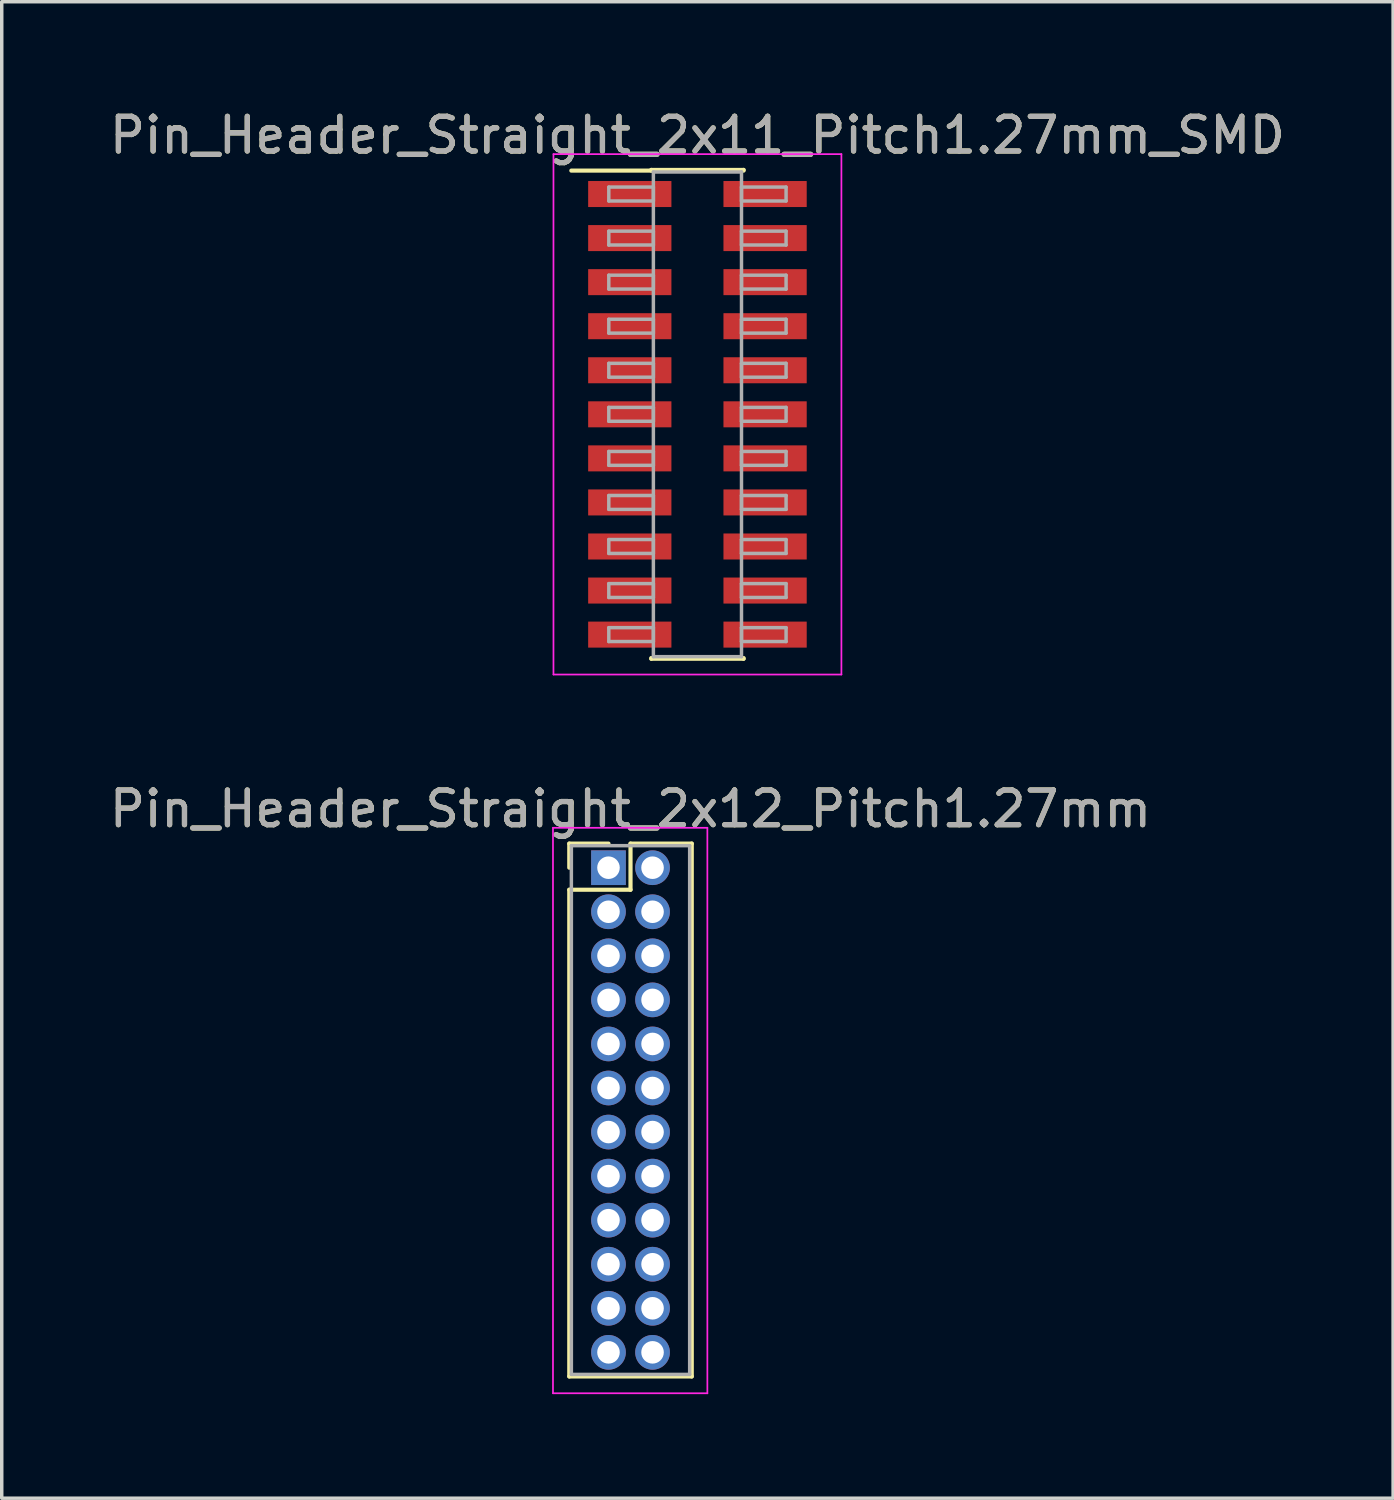
<source format=kicad_pcb>
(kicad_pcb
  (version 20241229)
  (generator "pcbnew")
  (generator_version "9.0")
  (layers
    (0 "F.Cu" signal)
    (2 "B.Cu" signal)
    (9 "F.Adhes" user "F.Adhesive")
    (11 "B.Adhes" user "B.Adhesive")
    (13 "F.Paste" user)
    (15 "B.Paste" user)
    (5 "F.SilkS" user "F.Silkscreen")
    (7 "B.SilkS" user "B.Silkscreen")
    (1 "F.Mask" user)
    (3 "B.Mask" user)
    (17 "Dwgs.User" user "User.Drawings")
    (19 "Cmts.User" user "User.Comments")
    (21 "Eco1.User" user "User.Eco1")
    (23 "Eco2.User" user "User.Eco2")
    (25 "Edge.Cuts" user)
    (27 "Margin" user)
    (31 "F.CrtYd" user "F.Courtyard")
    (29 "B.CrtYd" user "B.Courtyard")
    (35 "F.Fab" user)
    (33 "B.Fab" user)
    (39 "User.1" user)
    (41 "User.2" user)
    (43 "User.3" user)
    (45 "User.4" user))
  (footprint "Pin_Header_Straight_2x11_Pitch1.27mm_SMD"
    (layer "F.Cu")
    (at 17.054 8.893)
    (property "Reference" "Pin_Header_Straight_2x11_Pitch1.27mm_SMD" (at 0 -8.045 0) (layer "F.SilkS") (effects (font (size 1 1) (thickness 0.15))))
    (attr smd)
    (fp_line (start -3.635 -7.025) (end -1.33 -7.025) (stroke (width 0.12) (type solid)) (layer "F.SilkS"))
    (fp_line (start -1.33 -7.045) (end 1.33 -7.045) (stroke (width 0.12) (type solid)) (layer "F.SilkS"))
    (fp_line (start -1.33 -7.025) (end -1.33 -7.045) (stroke (width 0.12) (type solid)) (layer "F.SilkS"))
    (fp_line (start -1.33 7.025) (end -1.33 7.045) (stroke (width 0.12) (type solid)) (layer "F.SilkS"))
    (fp_line (start -1.33 7.045) (end 1.33 7.045) (stroke (width 0.12) (type solid)) (layer "F.SilkS"))
    (fp_line (start 1.33 -7.045) (end 1.33 -7.025) (stroke (width 0.12) (type solid)) (layer "F.SilkS"))
    (fp_line (start 1.33 7.045) (end 1.33 7.025) (stroke (width 0.12) (type solid)) (layer "F.SilkS"))
    (fp_line (start -4.15 -7.5) (end -4.15 7.5) (stroke (width 0.05) (type solid)) (layer "F.CrtYd"))
    (fp_line (start -4.15 7.5) (end 4.15 7.5) (stroke (width 0.05) (type solid)) (layer "F.CrtYd"))
    (fp_line (start 4.15 -7.5) (end -4.15 -7.5) (stroke (width 0.05) (type solid)) (layer "F.CrtYd"))
    (fp_line (start 4.15 7.5) (end 4.15 -7.5) (stroke (width 0.05) (type solid)) (layer "F.CrtYd"))
    (fp_line (start -2.555 -6.55) (end -1.27 -6.55) (stroke (width 0.1) (type solid)) (layer "F.Fab"))
    (fp_line (start -2.555 -6.15) (end -2.555 -6.55) (stroke (width 0.1) (type solid)) (layer "F.Fab"))
    (fp_line (start -2.555 -5.28) (end -1.27 -5.28) (stroke (width 0.1) (type solid)) (layer "F.Fab"))
    (fp_line (start -2.555 -4.88) (end -2.555 -5.28) (stroke (width 0.1) (type solid)) (layer "F.Fab"))
    (fp_line (start -2.555 -4.01) (end -1.27 -4.01) (stroke (width 0.1) (type solid)) (layer "F.Fab"))
    (fp_line (start -2.555 -3.61) (end -2.555 -4.01) (stroke (width 0.1) (type solid)) (layer "F.Fab"))
    (fp_line (start -2.555 -2.74) (end -1.27 -2.74) (stroke (width 0.1) (type solid)) (layer "F.Fab"))
    (fp_line (start -2.555 -2.34) (end -2.555 -2.74) (stroke (width 0.1) (type solid)) (layer "F.Fab"))
    (fp_line (start -2.555 -1.47) (end -1.27 -1.47) (stroke (width 0.1) (type solid)) (layer "F.Fab"))
    (fp_line (start -2.555 -1.07) (end -2.555 -1.47) (stroke (width 0.1) (type solid)) (layer "F.Fab"))
    (fp_line (start -2.555 -0.2) (end -1.27 -0.2) (stroke (width 0.1) (type solid)) (layer "F.Fab"))
    (fp_line (start -2.555 0.2) (end -2.555 -0.2) (stroke (width 0.1) (type solid)) (layer "F.Fab"))
    (fp_line (start -2.555 1.07) (end -1.27 1.07) (stroke (width 0.1) (type solid)) (layer "F.Fab"))
    (fp_line (start -2.555 1.47) (end -2.555 1.07) (stroke (width 0.1) (type solid)) (layer "F.Fab"))
    (fp_line (start -2.555 2.34) (end -1.27 2.34) (stroke (width 0.1) (type solid)) (layer "F.Fab"))
    (fp_line (start -2.555 2.74) (end -2.555 2.34) (stroke (width 0.1) (type solid)) (layer "F.Fab"))
    (fp_line (start -2.555 3.61) (end -1.27 3.61) (stroke (width 0.1) (type solid)) (layer "F.Fab"))
    (fp_line (start -2.555 4.01) (end -2.555 3.61) (stroke (width 0.1) (type solid)) (layer "F.Fab"))
    (fp_line (start -2.555 4.88) (end -1.27 4.88) (stroke (width 0.1) (type solid)) (layer "F.Fab"))
    (fp_line (start -2.555 5.28) (end -2.555 4.88) (stroke (width 0.1) (type solid)) (layer "F.Fab"))
    (fp_line (start -2.555 6.15) (end -1.27 6.15) (stroke (width 0.1) (type solid)) (layer "F.Fab"))
    (fp_line (start -2.555 6.55) (end -2.555 6.15) (stroke (width 0.1) (type solid)) (layer "F.Fab"))
    (fp_line (start -1.27 -6.985) (end -1.27 6.985) (stroke (width 0.1) (type solid)) (layer "F.Fab"))
    (fp_line (start -1.27 -6.55) (end -1.27 -6.15) (stroke (width 0.1) (type solid)) (layer "F.Fab"))
    (fp_line (start -1.27 -6.15) (end -2.555 -6.15) (stroke (width 0.1) (type solid)) (layer "F.Fab"))
    (fp_line (start -1.27 -5.28) (end -1.27 -4.88) (stroke (width 0.1) (type solid)) (layer "F.Fab"))
    (fp_line (start -1.27 -4.88) (end -2.555 -4.88) (stroke (width 0.1) (type solid)) (layer "F.Fab"))
    (fp_line (start -1.27 -4.01) (end -1.27 -3.61) (stroke (width 0.1) (type solid)) (layer "F.Fab"))
    (fp_line (start -1.27 -3.61) (end -2.555 -3.61) (stroke (width 0.1) (type solid)) (layer "F.Fab"))
    (fp_line (start -1.27 -2.74) (end -1.27 -2.34) (stroke (width 0.1) (type solid)) (layer "F.Fab"))
    (fp_line (start -1.27 -2.34) (end -2.555 -2.34) (stroke (width 0.1) (type solid)) (layer "F.Fab"))
    (fp_line (start -1.27 -1.47) (end -1.27 -1.07) (stroke (width 0.1) (type solid)) (layer "F.Fab"))
    (fp_line (start -1.27 -1.07) (end -2.555 -1.07) (stroke (width 0.1) (type solid)) (layer "F.Fab"))
    (fp_line (start -1.27 -0.2) (end -1.27 0.2) (stroke (width 0.1) (type solid)) (layer "F.Fab"))
    (fp_line (start -1.27 0.2) (end -2.555 0.2) (stroke (width 0.1) (type solid)) (layer "F.Fab"))
    (fp_line (start -1.27 1.07) (end -1.27 1.47) (stroke (width 0.1) (type solid)) (layer "F.Fab"))
    (fp_line (start -1.27 1.47) (end -2.555 1.47) (stroke (width 0.1) (type solid)) (layer "F.Fab"))
    (fp_line (start -1.27 2.34) (end -1.27 2.74) (stroke (width 0.1) (type solid)) (layer "F.Fab"))
    (fp_line (start -1.27 2.74) (end -2.555 2.74) (stroke (width 0.1) (type solid)) (layer "F.Fab"))
    (fp_line (start -1.27 3.61) (end -1.27 4.01) (stroke (width 0.1) (type solid)) (layer "F.Fab"))
    (fp_line (start -1.27 4.01) (end -2.555 4.01) (stroke (width 0.1) (type solid)) (layer "F.Fab"))
    (fp_line (start -1.27 4.88) (end -1.27 5.28) (stroke (width 0.1) (type solid)) (layer "F.Fab"))
    (fp_line (start -1.27 5.28) (end -2.555 5.28) (stroke (width 0.1) (type solid)) (layer "F.Fab"))
    (fp_line (start -1.27 6.15) (end -1.27 6.55) (stroke (width 0.1) (type solid)) (layer "F.Fab"))
    (fp_line (start -1.27 6.55) (end -2.555 6.55) (stroke (width 0.1) (type solid)) (layer "F.Fab"))
    (fp_line (start -1.27 6.985) (end 1.27 6.985) (stroke (width 0.1) (type solid)) (layer "F.Fab"))
    (fp_line (start 1.27 -6.985) (end -1.27 -6.985) (stroke (width 0.1) (type solid)) (layer "F.Fab"))
    (fp_line (start 1.27 -6.55) (end 1.27 -6.15) (stroke (width 0.1) (type solid)) (layer "F.Fab"))
    (fp_line (start 1.27 -6.15) (end 2.555 -6.15) (stroke (width 0.1) (type solid)) (layer "F.Fab"))
    (fp_line (start 1.27 -5.28) (end 1.27 -4.88) (stroke (width 0.1) (type solid)) (layer "F.Fab"))
    (fp_line (start 1.27 -4.88) (end 2.555 -4.88) (stroke (width 0.1) (type solid)) (layer "F.Fab"))
    (fp_line (start 1.27 -4.01) (end 1.27 -3.61) (stroke (width 0.1) (type solid)) (layer "F.Fab"))
    (fp_line (start 1.27 -3.61) (end 2.555 -3.61) (stroke (width 0.1) (type solid)) (layer "F.Fab"))
    (fp_line (start 1.27 -2.74) (end 1.27 -2.34) (stroke (width 0.1) (type solid)) (layer "F.Fab"))
    (fp_line (start 1.27 -2.34) (end 2.555 -2.34) (stroke (width 0.1) (type solid)) (layer "F.Fab"))
    (fp_line (start 1.27 -1.47) (end 1.27 -1.07) (stroke (width 0.1) (type solid)) (layer "F.Fab"))
    (fp_line (start 1.27 -1.07) (end 2.555 -1.07) (stroke (width 0.1) (type solid)) (layer "F.Fab"))
    (fp_line (start 1.27 -0.2) (end 1.27 0.2) (stroke (width 0.1) (type solid)) (layer "F.Fab"))
    (fp_line (start 1.27 0.2) (end 2.555 0.2) (stroke (width 0.1) (type solid)) (layer "F.Fab"))
    (fp_line (start 1.27 1.07) (end 1.27 1.47) (stroke (width 0.1) (type solid)) (layer "F.Fab"))
    (fp_line (start 1.27 1.47) (end 2.555 1.47) (stroke (width 0.1) (type solid)) (layer "F.Fab"))
    (fp_line (start 1.27 2.34) (end 1.27 2.74) (stroke (width 0.1) (type solid)) (layer "F.Fab"))
    (fp_line (start 1.27 2.74) (end 2.555 2.74) (stroke (width 0.1) (type solid)) (layer "F.Fab"))
    (fp_line (start 1.27 3.61) (end 1.27 4.01) (stroke (width 0.1) (type solid)) (layer "F.Fab"))
    (fp_line (start 1.27 4.01) (end 2.555 4.01) (stroke (width 0.1) (type solid)) (layer "F.Fab"))
    (fp_line (start 1.27 4.88) (end 1.27 5.28) (stroke (width 0.1) (type solid)) (layer "F.Fab"))
    (fp_line (start 1.27 5.28) (end 2.555 5.28) (stroke (width 0.1) (type solid)) (layer "F.Fab"))
    (fp_line (start 1.27 6.15) (end 1.27 6.55) (stroke (width 0.1) (type solid)) (layer "F.Fab"))
    (fp_line (start 1.27 6.55) (end 2.555 6.55) (stroke (width 0.1) (type solid)) (layer "F.Fab"))
    (fp_line (start 1.27 6.985) (end 1.27 -6.985) (stroke (width 0.1) (type solid)) (layer "F.Fab"))
    (fp_line (start 2.555 -6.55) (end 1.27 -6.55) (stroke (width 0.1) (type solid)) (layer "F.Fab"))
    (fp_line (start 2.555 -6.15) (end 2.555 -6.55) (stroke (width 0.1) (type solid)) (layer "F.Fab"))
    (fp_line (start 2.555 -5.28) (end 1.27 -5.28) (stroke (width 0.1) (type solid)) (layer "F.Fab"))
    (fp_line (start 2.555 -4.88) (end 2.555 -5.28) (stroke (width 0.1) (type solid)) (layer "F.Fab"))
    (fp_line (start 2.555 -4.01) (end 1.27 -4.01) (stroke (width 0.1) (type solid)) (layer "F.Fab"))
    (fp_line (start 2.555 -3.61) (end 2.555 -4.01) (stroke (width 0.1) (type solid)) (layer "F.Fab"))
    (fp_line (start 2.555 -2.74) (end 1.27 -2.74) (stroke (width 0.1) (type solid)) (layer "F.Fab"))
    (fp_line (start 2.555 -2.34) (end 2.555 -2.74) (stroke (width 0.1) (type solid)) (layer "F.Fab"))
    (fp_line (start 2.555 -1.47) (end 1.27 -1.47) (stroke (width 0.1) (type solid)) (layer "F.Fab"))
    (fp_line (start 2.555 -1.07) (end 2.555 -1.47) (stroke (width 0.1) (type solid)) (layer "F.Fab"))
    (fp_line (start 2.555 -0.2) (end 1.27 -0.2) (stroke (width 0.1) (type solid)) (layer "F.Fab"))
    (fp_line (start 2.555 0.2) (end 2.555 -0.2) (stroke (width 0.1) (type solid)) (layer "F.Fab"))
    (fp_line (start 2.555 1.07) (end 1.27 1.07) (stroke (width 0.1) (type solid)) (layer "F.Fab"))
    (fp_line (start 2.555 1.47) (end 2.555 1.07) (stroke (width 0.1) (type solid)) (layer "F.Fab"))
    (fp_line (start 2.555 2.34) (end 1.27 2.34) (stroke (width 0.1) (type solid)) (layer "F.Fab"))
    (fp_line (start 2.555 2.74) (end 2.555 2.34) (stroke (width 0.1) (type solid)) (layer "F.Fab"))
    (fp_line (start 2.555 3.61) (end 1.27 3.61) (stroke (width 0.1) (type solid)) (layer "F.Fab"))
    (fp_line (start 2.555 4.01) (end 2.555 3.61) (stroke (width 0.1) (type solid)) (layer "F.Fab"))
    (fp_line (start 2.555 4.88) (end 1.27 4.88) (stroke (width 0.1) (type solid)) (layer "F.Fab"))
    (fp_line (start 2.555 5.28) (end 2.555 4.88) (stroke (width 0.1) (type solid)) (layer "F.Fab"))
    (fp_line (start 2.555 6.15) (end 1.27 6.15) (stroke (width 0.1) (type solid)) (layer "F.Fab"))
    (fp_line (start 2.555 6.55) (end 2.555 6.15) (stroke (width 0.1) (type solid)) (layer "F.Fab"))
    (fp_text user "${REFERENCE}" (at 0 -8.045 0) (layer "F.Fab") (effects (font (size 1 1) (thickness 0.15))))
    (pad "1" smd rect (at -1.95 -6.35) (size 2.4 0.75) (layers "F.Cu" "F.Mask" "F.Paste"))
    (pad "2" smd rect (at 1.95 -6.35) (size 2.4 0.75) (layers "F.Cu" "F.Mask" "F.Paste"))
    (pad "3" smd rect (at -1.95 -5.08) (size 2.4 0.75) (layers "F.Cu" "F.Mask" "F.Paste"))
    (pad "4" smd rect (at 1.95 -5.08) (size 2.4 0.75) (layers "F.Cu" "F.Mask" "F.Paste"))
    (pad "5" smd rect (at -1.95 -3.81) (size 2.4 0.75) (layers "F.Cu" "F.Mask" "F.Paste"))
    (pad "6" smd rect (at 1.95 -3.81) (size 2.4 0.75) (layers "F.Cu" "F.Mask" "F.Paste"))
    (pad "7" smd rect (at -1.95 -2.54) (size 2.4 0.75) (layers "F.Cu" "F.Mask" "F.Paste"))
    (pad "8" smd rect (at 1.95 -2.54) (size 2.4 0.75) (layers "F.Cu" "F.Mask" "F.Paste"))
    (pad "9" smd rect (at -1.95 -1.27) (size 2.4 0.75) (layers "F.Cu" "F.Mask" "F.Paste"))
    (pad "10" smd rect (at 1.95 -1.27) (size 2.4 0.75) (layers "F.Cu" "F.Mask" "F.Paste"))
    (pad "11" smd rect (at -1.95 0) (size 2.4 0.75) (layers "F.Cu" "F.Mask" "F.Paste"))
    (pad "12" smd rect (at 1.95 0) (size 2.4 0.75) (layers "F.Cu" "F.Mask" "F.Paste"))
    (pad "13" smd rect (at -1.95 1.27) (size 2.4 0.75) (layers "F.Cu" "F.Mask" "F.Paste"))
    (pad "14" smd rect (at 1.95 1.27) (size 2.4 0.75) (layers "F.Cu" "F.Mask" "F.Paste"))
    (pad "15" smd rect (at -1.95 2.54) (size 2.4 0.75) (layers "F.Cu" "F.Mask" "F.Paste"))
    (pad "16" smd rect (at 1.95 2.54) (size 2.4 0.75) (layers "F.Cu" "F.Mask" "F.Paste"))
    (pad "17" smd rect (at -1.95 3.81) (size 2.4 0.75) (layers "F.Cu" "F.Mask" "F.Paste"))
    (pad "18" smd rect (at 1.95 3.81) (size 2.4 0.75) (layers "F.Cu" "F.Mask" "F.Paste"))
    (pad "19" smd rect (at -1.95 5.08) (size 2.4 0.75) (layers "F.Cu" "F.Mask" "F.Paste"))
    (pad "20" smd rect (at 1.95 5.08) (size 2.4 0.75) (layers "F.Cu" "F.Mask" "F.Paste"))
    (pad "21" smd rect (at -1.95 6.35) (size 2.4 0.75) (layers "F.Cu" "F.Mask" "F.Paste"))
    (pad "22" smd rect (at 1.95 6.35) (size 2.4 0.75) (layers "F.Cu" "F.Mask" "F.Paste")))
  (footprint "Pin_Header_Straight_2x12_Pitch1.27mm"
    (layer "F.Cu")
    (at 14.49 21.962)
    (property "Reference" "Pin_Header_Straight_2x12_Pitch1.27mm" (at 0.635 -1.695 0) (layer "F.SilkS") (effects (font (size 1 1) (thickness 0.15))))
    (attr through_hole)
    (fp_line (start -1.13 -0.695) (end 0 -0.695) (stroke (width 0.12) (type solid)) (layer "F.SilkS"))
    (fp_line (start -1.13 0) (end -1.13 -0.695) (stroke (width 0.12) (type solid)) (layer "F.SilkS"))
    (fp_line (start -1.13 0.635) (end -1.13 14.665) (stroke (width 0.12) (type solid)) (layer "F.SilkS"))
    (fp_line (start -1.13 14.665) (end 2.4 14.665) (stroke (width 0.12) (type solid)) (layer "F.SilkS"))
    (fp_line (start 0.635 -0.695) (end 0.635 0.635) (stroke (width 0.12) (type solid)) (layer "F.SilkS"))
    (fp_line (start 0.635 0.635) (end -1.13 0.635) (stroke (width 0.12) (type solid)) (layer "F.SilkS"))
    (fp_line (start 2.4 -0.695) (end 0.635 -0.695) (stroke (width 0.12) (type solid)) (layer "F.SilkS"))
    (fp_line (start 2.4 14.665) (end 2.4 -0.695) (stroke (width 0.12) (type solid)) (layer "F.SilkS"))
    (fp_line (start -1.6 -1.15) (end -1.6 15.15) (stroke (width 0.05) (type solid)) (layer "F.CrtYd"))
    (fp_line (start -1.6 15.15) (end 2.85 15.15) (stroke (width 0.05) (type solid)) (layer "F.CrtYd"))
    (fp_line (start 2.85 -1.15) (end -1.6 -1.15) (stroke (width 0.05) (type solid)) (layer "F.CrtYd"))
    (fp_line (start 2.85 15.15) (end 2.85 -1.15) (stroke (width 0.05) (type solid)) (layer "F.CrtYd"))
    (fp_line (start -1.07 -0.635) (end -1.07 14.605) (stroke (width 0.1) (type solid)) (layer "F.Fab"))
    (fp_line (start -1.07 14.605) (end 2.34 14.605) (stroke (width 0.1) (type solid)) (layer "F.Fab"))
    (fp_line (start 2.34 -0.635) (end -1.07 -0.635) (stroke (width 0.1) (type solid)) (layer "F.Fab"))
    (fp_line (start 2.34 14.605) (end 2.34 -0.635) (stroke (width 0.1) (type solid)) (layer "F.Fab"))
    (fp_text user "${REFERENCE}" (at 0.635 -1.695 0) (layer "F.Fab") (effects (font (size 1 1) (thickness 0.15))))
    (pad "1" thru_hole rect (at 0 0) (size 1 1) (drill 0.65) (layers "*.Cu" "*.Mask"))
    (pad "2" thru_hole oval (at 1.27 0) (size 1 1) (drill 0.65) (layers "*.Cu" "*.Mask"))
    (pad "3" thru_hole oval (at 0 1.27) (size 1 1) (drill 0.65) (layers "*.Cu" "*.Mask"))
    (pad "4" thru_hole oval (at 1.27 1.27) (size 1 1) (drill 0.65) (layers "*.Cu" "*.Mask"))
    (pad "5" thru_hole oval (at 0 2.54) (size 1 1) (drill 0.65) (layers "*.Cu" "*.Mask"))
    (pad "6" thru_hole oval (at 1.27 2.54) (size 1 1) (drill 0.65) (layers "*.Cu" "*.Mask"))
    (pad "7" thru_hole oval (at 0 3.81) (size 1 1) (drill 0.65) (layers "*.Cu" "*.Mask"))
    (pad "8" thru_hole oval (at 1.27 3.81) (size 1 1) (drill 0.65) (layers "*.Cu" "*.Mask"))
    (pad "9" thru_hole oval (at 0 5.08) (size 1 1) (drill 0.65) (layers "*.Cu" "*.Mask"))
    (pad "10" thru_hole oval (at 1.27 5.08) (size 1 1) (drill 0.65) (layers "*.Cu" "*.Mask"))
    (pad "11" thru_hole oval (at 0 6.35) (size 1 1) (drill 0.65) (layers "*.Cu" "*.Mask"))
    (pad "12" thru_hole oval (at 1.27 6.35) (size 1 1) (drill 0.65) (layers "*.Cu" "*.Mask"))
    (pad "13" thru_hole oval (at 0 7.62) (size 1 1) (drill 0.65) (layers "*.Cu" "*.Mask"))
    (pad "14" thru_hole oval (at 1.27 7.62) (size 1 1) (drill 0.65) (layers "*.Cu" "*.Mask"))
    (pad "15" thru_hole oval (at 0 8.89) (size 1 1) (drill 0.65) (layers "*.Cu" "*.Mask"))
    (pad "16" thru_hole oval (at 1.27 8.89) (size 1 1) (drill 0.65) (layers "*.Cu" "*.Mask"))
    (pad "17" thru_hole oval (at 0 10.16) (size 1 1) (drill 0.65) (layers "*.Cu" "*.Mask"))
    (pad "18" thru_hole oval (at 1.27 10.16) (size 1 1) (drill 0.65) (layers "*.Cu" "*.Mask"))
    (pad "19" thru_hole oval (at 0 11.43) (size 1 1) (drill 0.65) (layers "*.Cu" "*.Mask"))
    (pad "20" thru_hole oval (at 1.27 11.43) (size 1 1) (drill 0.65) (layers "*.Cu" "*.Mask"))
    (pad "21" thru_hole oval (at 0 12.7) (size 1 1) (drill 0.65) (layers "*.Cu" "*.Mask"))
    (pad "22" thru_hole oval (at 1.27 12.7) (size 1 1) (drill 0.65) (layers "*.Cu" "*.Mask"))
    (pad "23" thru_hole oval (at 0 13.97) (size 1 1) (drill 0.65) (layers "*.Cu" "*.Mask"))
    (pad "24" thru_hole oval (at 1.27 13.97) (size 1 1) (drill 0.65) (layers "*.Cu" "*.Mask")))
  (gr_rect
    (start -3 -3)
    (end 37.107 40.136)
    (stroke (width 0.1) (type default))
    (fill no)
    (layer "Edge.Cuts")))
</source>
